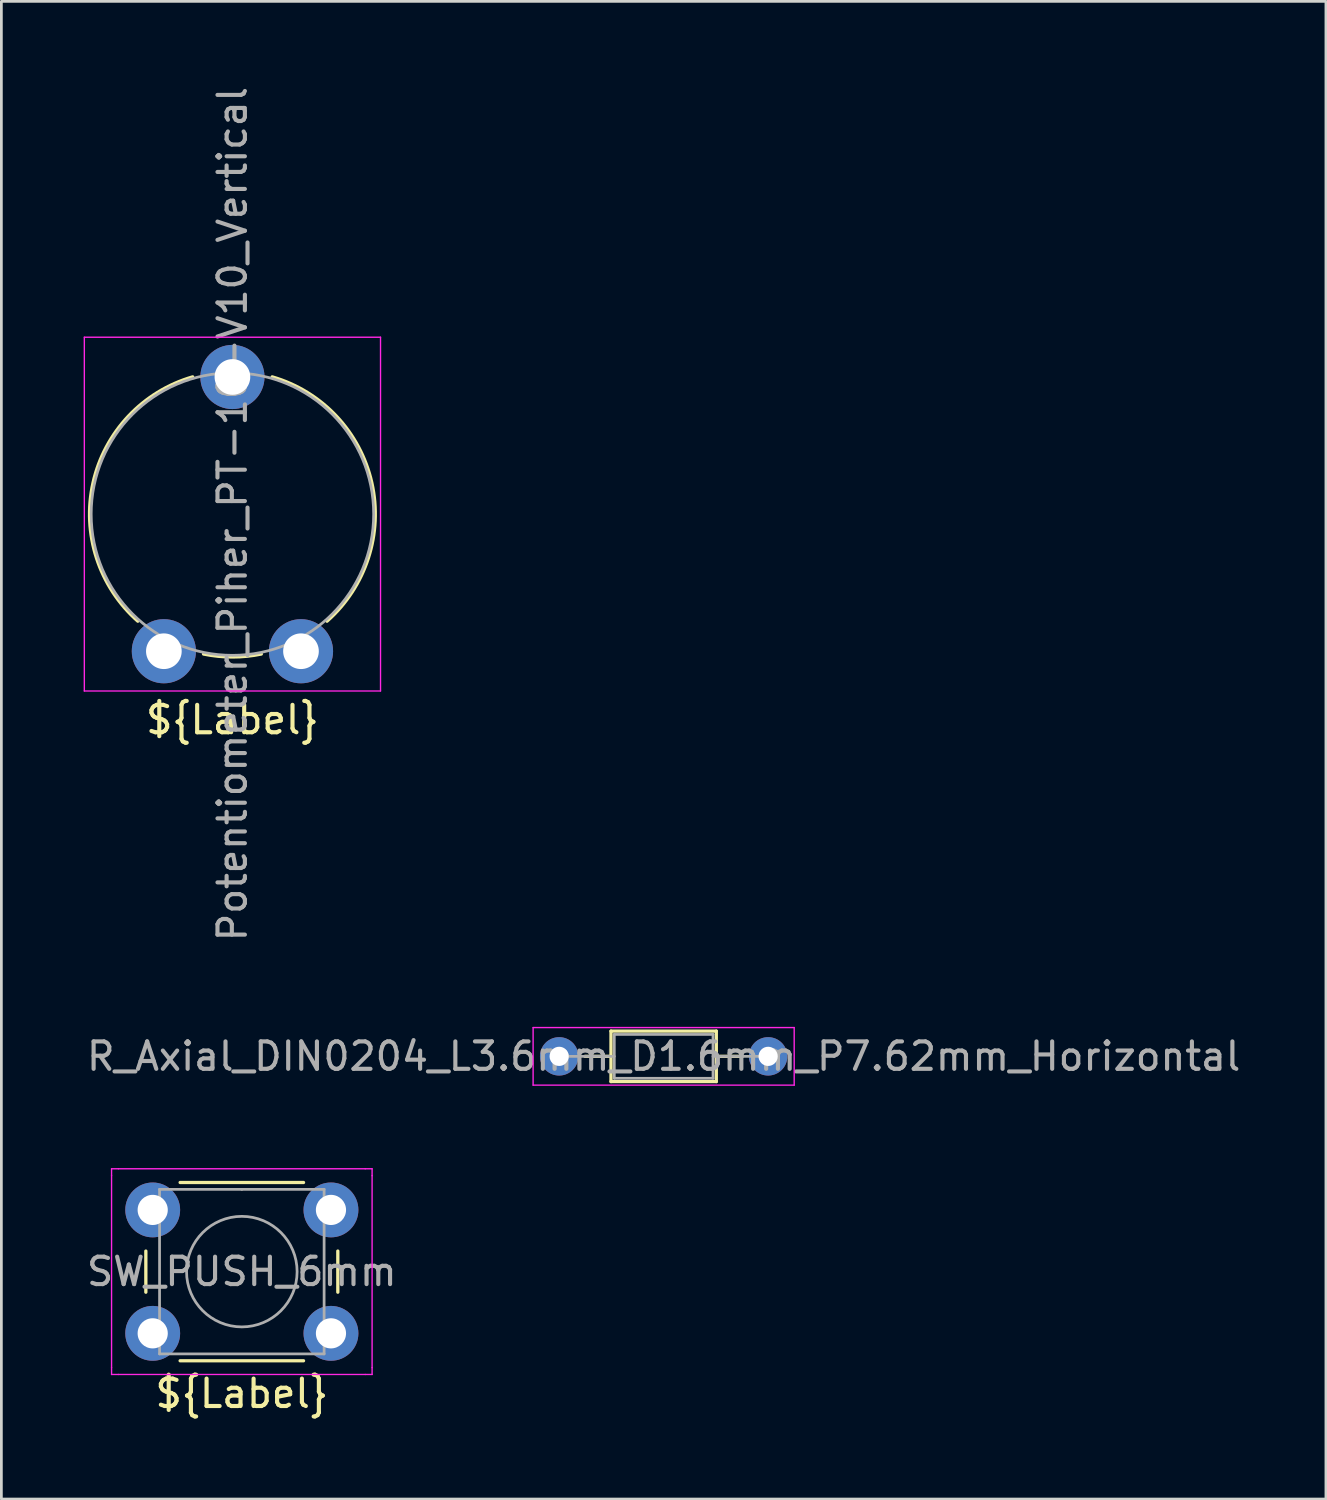
<source format=kicad_pcb>
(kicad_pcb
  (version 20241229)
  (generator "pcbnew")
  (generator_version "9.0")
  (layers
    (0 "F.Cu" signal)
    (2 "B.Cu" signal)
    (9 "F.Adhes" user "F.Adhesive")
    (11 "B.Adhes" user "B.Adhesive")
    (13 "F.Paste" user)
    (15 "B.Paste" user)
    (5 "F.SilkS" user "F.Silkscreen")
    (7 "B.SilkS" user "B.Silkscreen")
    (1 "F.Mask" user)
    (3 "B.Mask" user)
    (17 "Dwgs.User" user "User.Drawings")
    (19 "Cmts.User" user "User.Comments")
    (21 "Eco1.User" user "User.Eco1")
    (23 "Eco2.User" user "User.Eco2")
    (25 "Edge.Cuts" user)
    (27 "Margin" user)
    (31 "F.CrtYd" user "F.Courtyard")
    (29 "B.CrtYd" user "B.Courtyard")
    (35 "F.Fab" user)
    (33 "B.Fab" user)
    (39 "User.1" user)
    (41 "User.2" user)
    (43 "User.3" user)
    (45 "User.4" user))
  (footprint "SW_PUSH_6mm"
    (layer "F.Cu")
    (at 5.768 43.318)
    (property "Reference" "SW_PUSH_6mm" (at 0 0 0) (layer "F.Fab") (effects (font (size 1 1) (thickness 0.15))))
    (attr through_hole)
    (fp_line (start -3.5 -0.75) (end -3.5 0.75) (stroke (width 0.12) (type solid)) (layer "F.SilkS"))
    (fp_line (start -2.25 3.25) (end 2.25 3.25) (stroke (width 0.12) (type solid)) (layer "F.SilkS"))
    (fp_line (start 2.25 -3.25) (end -2.25 -3.25) (stroke (width 0.12) (type solid)) (layer "F.SilkS"))
    (fp_line (start 3.5 0.75) (end 3.5 -0.75) (stroke (width 0.12) (type solid)) (layer "F.SilkS"))
    (fp_line (start -4.75 -3.75) (end -4.5 -3.75) (stroke (width 0.05) (type solid)) (layer "F.CrtYd"))
    (fp_line (start -4.75 -3.5) (end -4.75 -3.75) (stroke (width 0.05) (type solid)) (layer "F.CrtYd"))
    (fp_line (start -4.75 3.5) (end -4.75 -3.5) (stroke (width 0.05) (type solid)) (layer "F.CrtYd"))
    (fp_line (start -4.75 3.5) (end -4.75 3.75) (stroke (width 0.05) (type solid)) (layer "F.CrtYd"))
    (fp_line (start -4.75 3.75) (end -4.5 3.75) (stroke (width 0.05) (type solid)) (layer "F.CrtYd"))
    (fp_line (start -4.5 -3.75) (end 4.5 -3.75) (stroke (width 0.05) (type solid)) (layer "F.CrtYd"))
    (fp_line (start 4.5 -3.75) (end 4.75 -3.75) (stroke (width 0.05) (type solid)) (layer "F.CrtYd"))
    (fp_line (start 4.5 3.75) (end -4.5 3.75) (stroke (width 0.05) (type solid)) (layer "F.CrtYd"))
    (fp_line (start 4.5 3.75) (end 4.75 3.75) (stroke (width 0.05) (type solid)) (layer "F.CrtYd"))
    (fp_line (start 4.75 -3.75) (end 4.75 -3.5) (stroke (width 0.05) (type solid)) (layer "F.CrtYd"))
    (fp_line (start 4.75 -3.5) (end 4.75 3.5) (stroke (width 0.05) (type solid)) (layer "F.CrtYd"))
    (fp_line (start 4.75 3.75) (end 4.75 3.5) (stroke (width 0.05) (type solid)) (layer "F.CrtYd"))
    (fp_line (start -3 -3) (end 0 -3) (stroke (width 0.1) (type solid)) (layer "F.Fab"))
    (fp_line (start -3 3) (end -3 -3) (stroke (width 0.1) (type solid)) (layer "F.Fab"))
    (fp_line (start 0 -3) (end 3 -3) (stroke (width 0.1) (type solid)) (layer "F.Fab"))
    (fp_line (start 3 -3) (end 3 3) (stroke (width 0.1) (type solid)) (layer "F.Fab"))
    (fp_line (start 3 3) (end -3 3) (stroke (width 0.1) (type solid)) (layer "F.Fab"))
    (fp_circle (center 0 0) (end -2 0.25) (stroke (width 0.1) (type solid)) (fill no) (layer "F.Fab"))
    (fp_text user "${Label}" (at 0 4.445 0) (unlocked yes) (layer "F.SilkS") (effects (font (size 1 1) (thickness 0.15))))
    (pad "1" thru_hole circle (at -3.25 -2.25 90) (size 2 2) (drill 1.1) (layers "*.Cu" "*.Mask"))
    (pad "1" thru_hole circle (at 3.25 -2.25 90) (size 2 2) (drill 1.1) (layers "*.Cu" "*.Mask"))
    (pad "2" thru_hole circle (at -3.25 2.25 90) (size 2 2) (drill 1.1) (layers "*.Cu" "*.Mask"))
    (pad "2" thru_hole circle (at 3.25 2.25 90) (size 2 2) (drill 1.1) (layers "*.Cu" "*.Mask")))
  (footprint "Potentiometer_Piher_PT-10-V10_Vertical"
    (layer "F.Cu")
    (at 5.425 15.696)
    (property "Reference" "Potentiometer_Piher_PT-10-V10_Vertical" (at 0 0 90) (layer "F.Fab") (effects (font (size 1 1) (thickness 0.15))))
    (attr through_hole)
    (fp_arc (start -3.44971 3.9043) (mid -5.083497 -1.141116) (end -1.44999 -5.00416) (stroke (width 0.12) (type solid)) (layer "F.SilkS"))
    (fp_arc (start 1.05362 5.10235) (mid 0 5.209999) (end -1.05362 5.10235) (stroke (width 0.12) (type solid)) (layer "F.SilkS"))
    (fp_arc (start 1.44999 -5.00416) (mid 5.083498 -1.141116) (end 3.44971 3.9043) (stroke (width 0.12) (type solid)) (layer "F.SilkS"))
    (fp_line (start -5.4 -6.45) (end -5.4 6.45) (stroke (width 0.05) (type solid)) (layer "F.CrtYd"))
    (fp_line (start -5.4 6.45) (end 5.4 6.45) (stroke (width 0.05) (type solid)) (layer "F.CrtYd"))
    (fp_line (start 5.4 -6.45) (end -5.4 -6.45) (stroke (width 0.05) (type solid)) (layer "F.CrtYd"))
    (fp_line (start 5.4 6.45) (end 5.4 -6.45) (stroke (width 0.05) (type solid)) (layer "F.CrtYd"))
    (fp_circle (center 0 0) (end 0 -5.15) (stroke (width 0.1) (type solid)) (fill no) (layer "F.Fab"))
    (fp_text user "${Label}" (at 0 7.5 0) (unlocked yes) (layer "F.SilkS") (effects (font (size 1 1) (thickness 0.15))))
    (pad "1" thru_hole circle (at 2.5 5 90) (size 2.34 2.34) (drill 1.3) (layers "*.Cu" "*.Mask"))
    (pad "2" thru_hole circle (at 0 -5 90) (size 2.34 2.34) (drill 1.3) (layers "*.Cu" "*.Mask"))
    (pad "3" thru_hole circle (at -2.5 5 90) (size 2.34 2.34) (drill 1.3) (layers "*.Cu" "*.Mask")))
  (footprint "R_Axial_DIN0204_L3.6mm_D1.6mm_P7.62mm_Horizontal"
    (layer "F.Cu")
    (at 17.339 35.468)
    (property "Reference" "R_Axial_DIN0204_L3.6mm_D1.6mm_P7.62mm_Horizontal" (at 3.81 0 0) (layer "F.Fab") (effects (font (size 1 1) (thickness 0.15))))
    (attr through_hole)
    (fp_line (start 0.94 0) (end 1.89 0) (stroke (width 0.12) (type solid)) (layer "F.SilkS"))
    (fp_line (start 1.89 -0.92) (end 1.89 0.92) (stroke (width 0.12) (type solid)) (layer "F.SilkS"))
    (fp_line (start 1.89 0.92) (end 5.73 0.92) (stroke (width 0.12) (type solid)) (layer "F.SilkS"))
    (fp_line (start 5.73 -0.92) (end 1.89 -0.92) (stroke (width 0.12) (type solid)) (layer "F.SilkS"))
    (fp_line (start 5.73 0.92) (end 5.73 -0.92) (stroke (width 0.12) (type solid)) (layer "F.SilkS"))
    (fp_line (start 6.68 0) (end 5.73 0) (stroke (width 0.12) (type solid)) (layer "F.SilkS"))
    (fp_line (start -0.95 -1.05) (end -0.95 1.05) (stroke (width 0.05) (type solid)) (layer "F.CrtYd"))
    (fp_line (start -0.95 1.05) (end 8.57 1.05) (stroke (width 0.05) (type solid)) (layer "F.CrtYd"))
    (fp_line (start 8.57 -1.05) (end -0.95 -1.05) (stroke (width 0.05) (type solid)) (layer "F.CrtYd"))
    (fp_line (start 8.57 1.05) (end 8.57 -1.05) (stroke (width 0.05) (type solid)) (layer "F.CrtYd"))
    (fp_line (start 0 0) (end 2.01 0) (stroke (width 0.1) (type solid)) (layer "F.Fab"))
    (fp_line (start 2.01 -0.8) (end 2.01 0.8) (stroke (width 0.1) (type solid)) (layer "F.Fab"))
    (fp_line (start 2.01 0.8) (end 5.61 0.8) (stroke (width 0.1) (type solid)) (layer "F.Fab"))
    (fp_line (start 5.61 -0.8) (end 2.01 -0.8) (stroke (width 0.1) (type solid)) (layer "F.Fab"))
    (fp_line (start 5.61 0.8) (end 5.61 -0.8) (stroke (width 0.1) (type solid)) (layer "F.Fab"))
    (fp_line (start 7.62 0) (end 5.61 0) (stroke (width 0.1) (type solid)) (layer "F.Fab"))
    (pad "1" thru_hole circle (at 0 0) (size 1.4 1.4) (drill 0.7) (layers "*.Cu" "*.Mask"))
    (pad "2" thru_hole oval (at 7.62 0) (size 1.4 1.4) (drill 0.7) (layers "*.Cu" "*.Mask")))
  (gr_rect
    (start -3 -3)
    (end 45.298 51.611)
    (stroke (width 0.1) (type default))
    (fill no)
    (layer "Edge.Cuts")))
</source>
